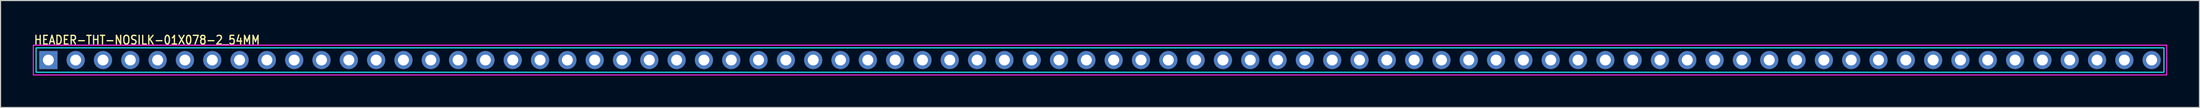
<source format=kicad_pcb>
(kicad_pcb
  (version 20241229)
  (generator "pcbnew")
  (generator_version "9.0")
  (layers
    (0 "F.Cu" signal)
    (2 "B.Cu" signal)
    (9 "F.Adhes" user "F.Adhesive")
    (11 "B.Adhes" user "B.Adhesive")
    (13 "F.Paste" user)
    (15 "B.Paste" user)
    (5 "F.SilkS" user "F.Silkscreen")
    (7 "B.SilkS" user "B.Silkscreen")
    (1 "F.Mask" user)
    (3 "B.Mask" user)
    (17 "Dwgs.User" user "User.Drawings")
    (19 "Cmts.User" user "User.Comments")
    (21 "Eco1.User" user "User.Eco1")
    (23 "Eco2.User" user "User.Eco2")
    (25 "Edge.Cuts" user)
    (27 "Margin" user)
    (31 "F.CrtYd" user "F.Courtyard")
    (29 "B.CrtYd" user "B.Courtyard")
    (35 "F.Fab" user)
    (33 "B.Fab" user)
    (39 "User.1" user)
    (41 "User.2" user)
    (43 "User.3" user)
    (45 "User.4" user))
  (footprint "HEADER-THT-NOSILK-01X078-2_54MM"
    (layer "F.Cu")
    (at 1.447 2.579)
    (property "Reference" "HEADER-THT-NOSILK-01X078-2_54MM" (at -1.4 -1.4 0) (unlocked yes) (layer "F.SilkS") (effects (font (size 0.813 0.695) (thickness 0.122)) (justify left bottom)))
    (fp_poly (pts (xy -1.143 -1.143) (xy 196.723 -1.143) (xy 196.723 1.143) (xy -1.143 1.143)) (stroke (width 0.1) (type solid)) (fill no) (layer "B.CrtYd"))
    (fp_poly (pts (xy -1.397 -1.397) (xy 196.977 -1.397) (xy 196.977 1.397) (xy -1.397 1.397)) (stroke (width 0.1) (type solid)) (fill no) (layer "F.CrtYd"))
    (pad "P$1" thru_hole rect (at 0 0) (size 1.693 1.693) (drill 1.016) (layers "*.Cu" "*.Mask"))
    (pad "P$2" thru_hole oval (at 2.54 0) (size 1.693 1.693) (drill 1.016) (layers "*.Cu" "*.Mask"))
    (pad "P$3" thru_hole oval (at 5.08 0) (size 1.693 1.693) (drill 1.016) (layers "*.Cu" "*.Mask"))
    (pad "P$4" thru_hole oval (at 7.62 0) (size 1.693 1.693) (drill 1.016) (layers "*.Cu" "*.Mask"))
    (pad "P$5" thru_hole oval (at 10.16 0) (size 1.693 1.693) (drill 1.016) (layers "*.Cu" "*.Mask"))
    (pad "P$6" thru_hole oval (at 12.7 0) (size 1.693 1.693) (drill 1.016) (layers "*.Cu" "*.Mask"))
    (pad "P$7" thru_hole oval (at 15.24 0) (size 1.693 1.693) (drill 1.016) (layers "*.Cu" "*.Mask"))
    (pad "P$8" thru_hole oval (at 17.78 0) (size 1.693 1.693) (drill 1.016) (layers "*.Cu" "*.Mask"))
    (pad "P$9" thru_hole oval (at 20.32 0) (size 1.693 1.693) (drill 1.016) (layers "*.Cu" "*.Mask"))
    (pad "P$10" thru_hole oval (at 22.86 0) (size 1.693 1.693) (drill 1.016) (layers "*.Cu" "*.Mask"))
    (pad "P$11" thru_hole oval (at 25.4 0) (size 1.693 1.693) (drill 1.016) (layers "*.Cu" "*.Mask"))
    (pad "P$12" thru_hole oval (at 27.94 0) (size 1.693 1.693) (drill 1.016) (layers "*.Cu" "*.Mask"))
    (pad "P$13" thru_hole oval (at 30.48 0) (size 1.693 1.693) (drill 1.016) (layers "*.Cu" "*.Mask"))
    (pad "P$14" thru_hole oval (at 33.02 0) (size 1.693 1.693) (drill 1.016) (layers "*.Cu" "*.Mask"))
    (pad "P$15" thru_hole oval (at 35.56 0) (size 1.693 1.693) (drill 1.016) (layers "*.Cu" "*.Mask"))
    (pad "P$16" thru_hole oval (at 38.1 0) (size 1.693 1.693) (drill 1.016) (layers "*.Cu" "*.Mask"))
    (pad "P$17" thru_hole oval (at 40.64 0) (size 1.693 1.693) (drill 1.016) (layers "*.Cu" "*.Mask"))
    (pad "P$18" thru_hole oval (at 43.18 0) (size 1.693 1.693) (drill 1.016) (layers "*.Cu" "*.Mask"))
    (pad "P$19" thru_hole oval (at 45.72 0) (size 1.693 1.693) (drill 1.016) (layers "*.Cu" "*.Mask"))
    (pad "P$20" thru_hole oval (at 48.26 0) (size 1.693 1.693) (drill 1.016) (layers "*.Cu" "*.Mask"))
    (pad "P$21" thru_hole oval (at 50.8 0) (size 1.693 1.693) (drill 1.016) (layers "*.Cu" "*.Mask"))
    (pad "P$22" thru_hole oval (at 53.34 0) (size 1.693 1.693) (drill 1.016) (layers "*.Cu" "*.Mask"))
    (pad "P$23" thru_hole oval (at 55.88 0) (size 1.693 1.693) (drill 1.016) (layers "*.Cu" "*.Mask"))
    (pad "P$24" thru_hole oval (at 58.42 0) (size 1.693 1.693) (drill 1.016) (layers "*.Cu" "*.Mask"))
    (pad "P$25" thru_hole oval (at 60.96 0) (size 1.693 1.693) (drill 1.016) (layers "*.Cu" "*.Mask"))
    (pad "P$26" thru_hole oval (at 63.5 0) (size 1.693 1.693) (drill 1.016) (layers "*.Cu" "*.Mask"))
    (pad "P$27" thru_hole oval (at 66.04 0) (size 1.693 1.693) (drill 1.016) (layers "*.Cu" "*.Mask"))
    (pad "P$28" thru_hole oval (at 68.58 0) (size 1.693 1.693) (drill 1.016) (layers "*.Cu" "*.Mask"))
    (pad "P$29" thru_hole oval (at 71.12 0) (size 1.693 1.693) (drill 1.016) (layers "*.Cu" "*.Mask"))
    (pad "P$30" thru_hole oval (at 73.66 0) (size 1.693 1.693) (drill 1.016) (layers "*.Cu" "*.Mask"))
    (pad "P$31" thru_hole oval (at 76.2 0) (size 1.693 1.693) (drill 1.016) (layers "*.Cu" "*.Mask"))
    (pad "P$32" thru_hole oval (at 78.74 0) (size 1.693 1.693) (drill 1.016) (layers "*.Cu" "*.Mask"))
    (pad "P$33" thru_hole oval (at 81.28 0) (size 1.693 1.693) (drill 1.016) (layers "*.Cu" "*.Mask"))
    (pad "P$34" thru_hole oval (at 83.82 0) (size 1.693 1.693) (drill 1.016) (layers "*.Cu" "*.Mask"))
    (pad "P$35" thru_hole oval (at 86.36 0) (size 1.693 1.693) (drill 1.016) (layers "*.Cu" "*.Mask"))
    (pad "P$36" thru_hole oval (at 88.9 0) (size 1.693 1.693) (drill 1.016) (layers "*.Cu" "*.Mask"))
    (pad "P$37" thru_hole oval (at 91.44 0) (size 1.693 1.693) (drill 1.016) (layers "*.Cu" "*.Mask"))
    (pad "P$38" thru_hole oval (at 93.98 0) (size 1.693 1.693) (drill 1.016) (layers "*.Cu" "*.Mask"))
    (pad "P$39" thru_hole oval (at 96.52 0) (size 1.693 1.693) (drill 1.016) (layers "*.Cu" "*.Mask"))
    (pad "P$40" thru_hole oval (at 99.06 0) (size 1.693 1.693) (drill 1.016) (layers "*.Cu" "*.Mask"))
    (pad "P$41" thru_hole oval (at 101.6 0) (size 1.693 1.693) (drill 1.016) (layers "*.Cu" "*.Mask"))
    (pad "P$42" thru_hole oval (at 104.14 0) (size 1.693 1.693) (drill 1.016) (layers "*.Cu" "*.Mask"))
    (pad "P$43" thru_hole oval (at 106.68 0) (size 1.693 1.693) (drill 1.016) (layers "*.Cu" "*.Mask"))
    (pad "P$44" thru_hole oval (at 109.22 0) (size 1.693 1.693) (drill 1.016) (layers "*.Cu" "*.Mask"))
    (pad "P$45" thru_hole oval (at 111.76 0) (size 1.693 1.693) (drill 1.016) (layers "*.Cu" "*.Mask"))
    (pad "P$46" thru_hole oval (at 114.3 0) (size 1.693 1.693) (drill 1.016) (layers "*.Cu" "*.Mask"))
    (pad "P$47" thru_hole oval (at 116.84 0) (size 1.693 1.693) (drill 1.016) (layers "*.Cu" "*.Mask"))
    (pad "P$48" thru_hole oval (at 119.38 0) (size 1.693 1.693) (drill 1.016) (layers "*.Cu" "*.Mask"))
    (pad "P$49" thru_hole oval (at 121.92 0) (size 1.693 1.693) (drill 1.016) (layers "*.Cu" "*.Mask"))
    (pad "P$50" thru_hole oval (at 124.46 0) (size 1.693 1.693) (drill 1.016) (layers "*.Cu" "*.Mask"))
    (pad "P$51" thru_hole oval (at 127 0) (size 1.693 1.693) (drill 1.016) (layers "*.Cu" "*.Mask"))
    (pad "P$52" thru_hole oval (at 129.54 0) (size 1.693 1.693) (drill 1.016) (layers "*.Cu" "*.Mask"))
    (pad "P$53" thru_hole oval (at 132.08 0) (size 1.693 1.693) (drill 1.016) (layers "*.Cu" "*.Mask"))
    (pad "P$54" thru_hole oval (at 134.62 0) (size 1.693 1.693) (drill 1.016) (layers "*.Cu" "*.Mask"))
    (pad "P$55" thru_hole oval (at 137.16 0) (size 1.693 1.693) (drill 1.016) (layers "*.Cu" "*.Mask"))
    (pad "P$56" thru_hole oval (at 139.7 0) (size 1.693 1.693) (drill 1.016) (layers "*.Cu" "*.Mask"))
    (pad "P$57" thru_hole oval (at 142.24 0) (size 1.693 1.693) (drill 1.016) (layers "*.Cu" "*.Mask"))
    (pad "P$58" thru_hole oval (at 144.78 0) (size 1.693 1.693) (drill 1.016) (layers "*.Cu" "*.Mask"))
    (pad "P$59" thru_hole oval (at 147.32 0) (size 1.693 1.693) (drill 1.016) (layers "*.Cu" "*.Mask"))
    (pad "P$60" thru_hole oval (at 149.86 0) (size 1.693 1.693) (drill 1.016) (layers "*.Cu" "*.Mask"))
    (pad "P$61" thru_hole oval (at 152.4 0) (size 1.693 1.693) (drill 1.016) (layers "*.Cu" "*.Mask"))
    (pad "P$62" thru_hole oval (at 154.94 0) (size 1.693 1.693) (drill 1.016) (layers "*.Cu" "*.Mask"))
    (pad "P$63" thru_hole oval (at 157.48 0) (size 1.693 1.693) (drill 1.016) (layers "*.Cu" "*.Mask"))
    (pad "P$64" thru_hole oval (at 160.02 0) (size 1.693 1.693) (drill 1.016) (layers "*.Cu" "*.Mask"))
    (pad "P$65" thru_hole oval (at 162.56 0) (size 1.693 1.693) (drill 1.016) (layers "*.Cu" "*.Mask"))
    (pad "P$66" thru_hole oval (at 165.1 0) (size 1.693 1.693) (drill 1.016) (layers "*.Cu" "*.Mask"))
    (pad "P$67" thru_hole oval (at 167.64 0) (size 1.693 1.693) (drill 1.016) (layers "*.Cu" "*.Mask"))
    (pad "P$68" thru_hole oval (at 170.18 0) (size 1.693 1.693) (drill 1.016) (layers "*.Cu" "*.Mask"))
    (pad "P$69" thru_hole oval (at 172.72 0) (size 1.693 1.693) (drill 1.016) (layers "*.Cu" "*.Mask"))
    (pad "P$70" thru_hole oval (at 175.26 0) (size 1.693 1.693) (drill 1.016) (layers "*.Cu" "*.Mask"))
    (pad "P$71" thru_hole oval (at 177.8 0) (size 1.693 1.693) (drill 1.016) (layers "*.Cu" "*.Mask"))
    (pad "P$72" thru_hole oval (at 180.34 0) (size 1.693 1.693) (drill 1.016) (layers "*.Cu" "*.Mask"))
    (pad "P$73" thru_hole oval (at 182.88 0) (size 1.693 1.693) (drill 1.016) (layers "*.Cu" "*.Mask"))
    (pad "P$74" thru_hole oval (at 185.42 0) (size 1.693 1.693) (drill 1.016) (layers "*.Cu" "*.Mask"))
    (pad "P$75" thru_hole oval (at 187.96 0) (size 1.693 1.693) (drill 1.016) (layers "*.Cu" "*.Mask"))
    (pad "P$76" thru_hole oval (at 190.5 0) (size 1.693 1.693) (drill 1.016) (layers "*.Cu" "*.Mask"))
    (pad "P$77" thru_hole oval (at 193.04 0) (size 1.693 1.693) (drill 1.016) (layers "*.Cu" "*.Mask"))
    (pad "P$78" thru_hole oval (at 195.58 0) (size 1.693 1.693) (drill 1.016) (layers "*.Cu" "*.Mask")))
  (gr_rect
    (start -3 -3)
    (end 201.474 7.026)
    (stroke (width 0.1) (type default))
    (fill no)
    (layer "Edge.Cuts")))
</source>
